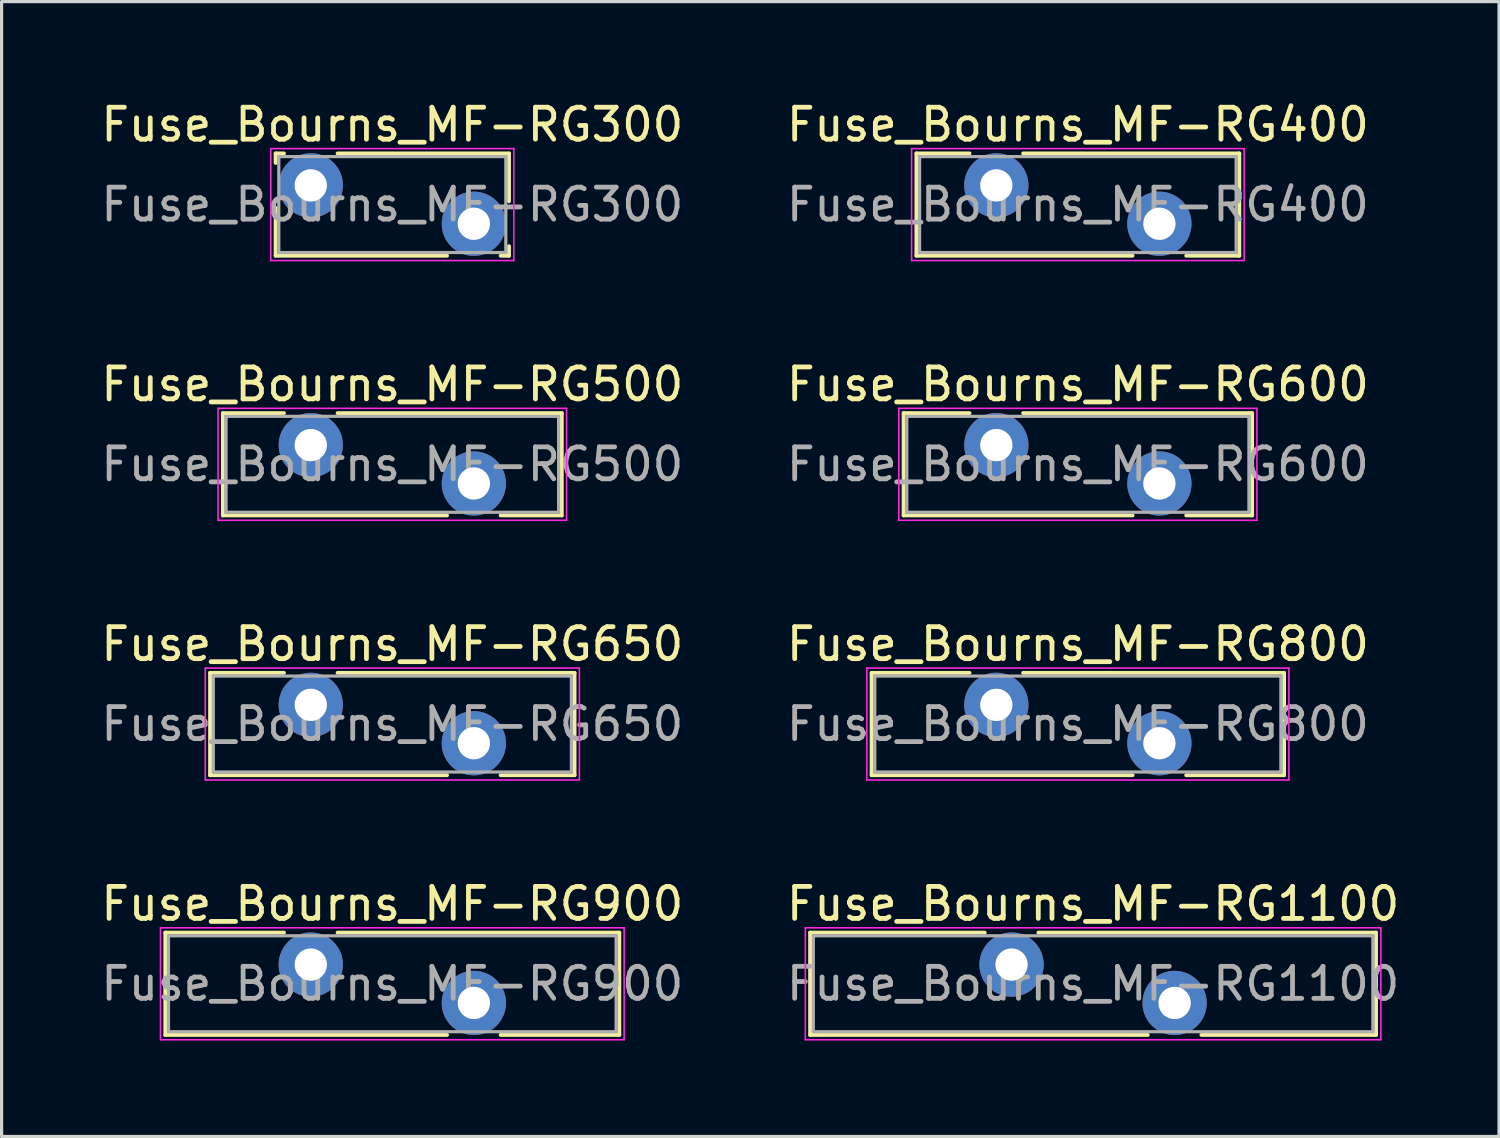
<source format=kicad_pcb>
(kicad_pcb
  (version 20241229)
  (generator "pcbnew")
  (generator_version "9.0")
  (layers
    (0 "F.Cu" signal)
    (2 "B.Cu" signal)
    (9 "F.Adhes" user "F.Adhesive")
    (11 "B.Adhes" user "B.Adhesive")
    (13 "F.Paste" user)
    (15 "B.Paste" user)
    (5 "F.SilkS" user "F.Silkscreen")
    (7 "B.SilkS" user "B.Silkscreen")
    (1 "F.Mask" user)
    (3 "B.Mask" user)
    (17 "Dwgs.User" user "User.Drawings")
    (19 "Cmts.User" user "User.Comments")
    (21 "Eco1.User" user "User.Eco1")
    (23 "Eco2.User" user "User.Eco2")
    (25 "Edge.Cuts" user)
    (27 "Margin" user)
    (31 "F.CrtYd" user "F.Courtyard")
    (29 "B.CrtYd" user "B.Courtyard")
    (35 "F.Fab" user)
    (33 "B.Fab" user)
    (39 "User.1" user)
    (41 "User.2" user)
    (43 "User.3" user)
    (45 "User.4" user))
  (footprint "Fuse_Bourns_MF-RG900"
    (layer "F.Cu")
    (at 6.67 27.118)
    (property "Reference" "Fuse_Bourns_MF-RG900" (at 2.55 -1.9 0) (layer "F.SilkS") (effects (font (size 1 1) (thickness 0.15))))
    (attr through_hole)
    (fp_line (start -4.55 -1) (end -4.55 2.2) (stroke (width 0.12) (type solid)) (layer "F.SilkS"))
    (fp_line (start -4.55 -1) (end -0.838 -1) (stroke (width 0.12) (type solid)) (layer "F.SilkS"))
    (fp_line (start -4.55 2.2) (end 4.262 2.2) (stroke (width 0.12) (type solid)) (layer "F.SilkS"))
    (fp_line (start 0.838 -1) (end 9.65 -1) (stroke (width 0.12) (type solid)) (layer "F.SilkS"))
    (fp_line (start 5.938 2.2) (end 9.65 2.2) (stroke (width 0.12) (type solid)) (layer "F.SilkS"))
    (fp_line (start 9.65 -1) (end 9.65 2.2) (stroke (width 0.12) (type solid)) (layer "F.SilkS"))
    (fp_line (start -4.7 -1.15) (end -4.7 2.35) (stroke (width 0.05) (type solid)) (layer "F.CrtYd"))
    (fp_line (start -4.7 2.35) (end 9.8 2.35) (stroke (width 0.05) (type solid)) (layer "F.CrtYd"))
    (fp_line (start 9.8 -1.15) (end -4.7 -1.15) (stroke (width 0.05) (type solid)) (layer "F.CrtYd"))
    (fp_line (start 9.8 2.35) (end 9.8 -1.15) (stroke (width 0.05) (type solid)) (layer "F.CrtYd"))
    (fp_line (start -4.45 -0.9) (end -4.45 2.1) (stroke (width 0.1) (type solid)) (layer "F.Fab"))
    (fp_line (start -4.45 2.1) (end 9.55 2.1) (stroke (width 0.1) (type solid)) (layer "F.Fab"))
    (fp_line (start 9.55 -0.9) (end -4.45 -0.9) (stroke (width 0.1) (type solid)) (layer "F.Fab"))
    (fp_line (start 9.55 2.1) (end 9.55 -0.9) (stroke (width 0.1) (type solid)) (layer "F.Fab"))
    (fp_text user "${REFERENCE}" (at 2.55 0.6 0) (layer "F.Fab") (effects (font (size 1 1) (thickness 0.15))))
    (pad "1" thru_hole circle (at 0 0) (size 2.01 2.01) (drill 1.01) (layers "*.Cu" "*.Mask"))
    (pad "2" thru_hole circle (at 5.1 1.2) (size 2.01 2.01) (drill 1.01) (layers "*.Cu" "*.Mask")))
  (footprint "Fuse_Bourns_MF-RG600"
    (layer "F.Cu")
    (at 28.111 10.871)
    (property "Reference" "Fuse_Bourns_MF-RG600" (at 2.55 -1.9 0) (layer "F.SilkS") (effects (font (size 1 1) (thickness 0.15))))
    (attr through_hole)
    (fp_line (start -2.9 -1) (end -2.9 2.2) (stroke (width 0.12) (type solid)) (layer "F.SilkS"))
    (fp_line (start -2.9 -1) (end -0.838 -1) (stroke (width 0.12) (type solid)) (layer "F.SilkS"))
    (fp_line (start -2.9 2.2) (end 4.262 2.2) (stroke (width 0.12) (type solid)) (layer "F.SilkS"))
    (fp_line (start 0.838 -1) (end 8 -1) (stroke (width 0.12) (type solid)) (layer "F.SilkS"))
    (fp_line (start 5.938 2.2) (end 8 2.2) (stroke (width 0.12) (type solid)) (layer "F.SilkS"))
    (fp_line (start 8 -1) (end 8 2.2) (stroke (width 0.12) (type solid)) (layer "F.SilkS"))
    (fp_line (start -3.05 -1.15) (end -3.05 2.35) (stroke (width 0.05) (type solid)) (layer "F.CrtYd"))
    (fp_line (start -3.05 2.35) (end 8.15 2.35) (stroke (width 0.05) (type solid)) (layer "F.CrtYd"))
    (fp_line (start 8.15 -1.15) (end -3.05 -1.15) (stroke (width 0.05) (type solid)) (layer "F.CrtYd"))
    (fp_line (start 8.15 2.35) (end 8.15 -1.15) (stroke (width 0.05) (type solid)) (layer "F.CrtYd"))
    (fp_line (start -2.8 -0.9) (end -2.8 2.1) (stroke (width 0.1) (type solid)) (layer "F.Fab"))
    (fp_line (start -2.8 2.1) (end 7.9 2.1) (stroke (width 0.1) (type solid)) (layer "F.Fab"))
    (fp_line (start 7.9 -0.9) (end -2.8 -0.9) (stroke (width 0.1) (type solid)) (layer "F.Fab"))
    (fp_line (start 7.9 2.1) (end 7.9 -0.9) (stroke (width 0.1) (type solid)) (layer "F.Fab"))
    (fp_text user "${REFERENCE}" (at 2.55 0.6 0) (layer "F.Fab") (effects (font (size 1 1) (thickness 0.15))))
    (pad "1" thru_hole circle (at 0 0) (size 2.01 2.01) (drill 1.01) (layers "*.Cu" "*.Mask"))
    (pad "2" thru_hole circle (at 5.1 1.2) (size 2.01 2.01) (drill 1.01) (layers "*.Cu" "*.Mask")))
  (footprint "Fuse_Bourns_MF-RG1100"
    (layer "F.Cu")
    (at 28.587 27.118)
    (property "Reference" "Fuse_Bourns_MF-RG1100" (at 2.55 -1.9 0) (layer "F.SilkS") (effects (font (size 1 1) (thickness 0.15))))
    (attr through_hole)
    (fp_line (start -6.3 -1) (end -6.3 2.2) (stroke (width 0.12) (type solid)) (layer "F.SilkS"))
    (fp_line (start -6.3 -1) (end -0.838 -1) (stroke (width 0.12) (type solid)) (layer "F.SilkS"))
    (fp_line (start -6.3 2.2) (end 4.262 2.2) (stroke (width 0.12) (type solid)) (layer "F.SilkS"))
    (fp_line (start 0.838 -1) (end 11.4 -1) (stroke (width 0.12) (type solid)) (layer "F.SilkS"))
    (fp_line (start 5.938 2.2) (end 11.4 2.2) (stroke (width 0.12) (type solid)) (layer "F.SilkS"))
    (fp_line (start 11.4 -1) (end 11.4 2.2) (stroke (width 0.12) (type solid)) (layer "F.SilkS"))
    (fp_line (start -6.45 -1.15) (end -6.45 2.35) (stroke (width 0.05) (type solid)) (layer "F.CrtYd"))
    (fp_line (start -6.45 2.35) (end 11.55 2.35) (stroke (width 0.05) (type solid)) (layer "F.CrtYd"))
    (fp_line (start 11.55 -1.15) (end -6.45 -1.15) (stroke (width 0.05) (type solid)) (layer "F.CrtYd"))
    (fp_line (start 11.55 2.35) (end 11.55 -1.15) (stroke (width 0.05) (type solid)) (layer "F.CrtYd"))
    (fp_line (start -6.2 -0.9) (end -6.2 2.1) (stroke (width 0.1) (type solid)) (layer "F.Fab"))
    (fp_line (start -6.2 2.1) (end 11.3 2.1) (stroke (width 0.1) (type solid)) (layer "F.Fab"))
    (fp_line (start 11.3 -0.9) (end -6.2 -0.9) (stroke (width 0.1) (type solid)) (layer "F.Fab"))
    (fp_line (start 11.3 2.1) (end 11.3 -0.9) (stroke (width 0.1) (type solid)) (layer "F.Fab"))
    (fp_text user "${REFERENCE}" (at 2.55 0.6 0) (layer "F.Fab") (effects (font (size 1 1) (thickness 0.15))))
    (pad "1" thru_hole circle (at 0 0) (size 2.01 2.01) (drill 1.01) (layers "*.Cu" "*.Mask"))
    (pad "2" thru_hole circle (at 5.1 1.2) (size 2.01 2.01) (drill 1.01) (layers "*.Cu" "*.Mask")))
  (footprint "Fuse_Bourns_MF-RG300"
    (layer "F.Cu")
    (at 6.67 2.748)
    (property "Reference" "Fuse_Bourns_MF-RG300" (at 2.55 -1.9 0) (layer "F.SilkS") (effects (font (size 1 1) (thickness 0.15))))
    (attr through_hole)
    (fp_line (start -1.1 -1) (end -1.1 -0.702) (stroke (width 0.12) (type solid)) (layer "F.SilkS"))
    (fp_line (start -1.1 -1) (end -0.838 -1) (stroke (width 0.12) (type solid)) (layer "F.SilkS"))
    (fp_line (start -1.1 0.702) (end -1.1 2.2) (stroke (width 0.12) (type solid)) (layer "F.SilkS"))
    (fp_line (start -1.1 2.2) (end 4.262 2.2) (stroke (width 0.12) (type solid)) (layer "F.SilkS"))
    (fp_line (start 0.838 -1) (end 6.2 -1) (stroke (width 0.12) (type solid)) (layer "F.SilkS"))
    (fp_line (start 5.938 2.2) (end 6.2 2.2) (stroke (width 0.12) (type solid)) (layer "F.SilkS"))
    (fp_line (start 6.2 -1) (end 6.2 0.498) (stroke (width 0.12) (type solid)) (layer "F.SilkS"))
    (fp_line (start 6.2 1.902) (end 6.2 2.2) (stroke (width 0.12) (type solid)) (layer "F.SilkS"))
    (fp_line (start -1.25 -1.15) (end -1.25 2.35) (stroke (width 0.05) (type solid)) (layer "F.CrtYd"))
    (fp_line (start -1.25 2.35) (end 6.35 2.35) (stroke (width 0.05) (type solid)) (layer "F.CrtYd"))
    (fp_line (start 6.35 -1.15) (end -1.25 -1.15) (stroke (width 0.05) (type solid)) (layer "F.CrtYd"))
    (fp_line (start 6.35 2.35) (end 6.35 -1.15) (stroke (width 0.05) (type solid)) (layer "F.CrtYd"))
    (fp_line (start -1 -0.9) (end -1 2.1) (stroke (width 0.1) (type solid)) (layer "F.Fab"))
    (fp_line (start -1 2.1) (end 6.1 2.1) (stroke (width 0.1) (type solid)) (layer "F.Fab"))
    (fp_line (start 6.1 -0.9) (end -1 -0.9) (stroke (width 0.1) (type solid)) (layer "F.Fab"))
    (fp_line (start 6.1 2.1) (end 6.1 -0.9) (stroke (width 0.1) (type solid)) (layer "F.Fab"))
    (fp_text user "${REFERENCE}" (at 2.55 0.6 0) (layer "F.Fab") (effects (font (size 1 1) (thickness 0.15))))
    (pad "1" thru_hole circle (at 0 0) (size 2.01 2.01) (drill 1.01) (layers "*.Cu" "*.Mask"))
    (pad "2" thru_hole circle (at 5.1 1.2) (size 2.01 2.01) (drill 1.01) (layers "*.Cu" "*.Mask")))
  (footprint "Fuse_Bourns_MF-RG800"
    (layer "F.Cu")
    (at 28.111 18.995)
    (property "Reference" "Fuse_Bourns_MF-RG800" (at 2.55 -1.9 0) (layer "F.SilkS") (effects (font (size 1 1) (thickness 0.15))))
    (attr through_hole)
    (fp_line (start -3.9 -1) (end -3.9 2.2) (stroke (width 0.12) (type solid)) (layer "F.SilkS"))
    (fp_line (start -3.9 -1) (end -0.838 -1) (stroke (width 0.12) (type solid)) (layer "F.SilkS"))
    (fp_line (start -3.9 2.2) (end 4.262 2.2) (stroke (width 0.12) (type solid)) (layer "F.SilkS"))
    (fp_line (start 0.838 -1) (end 9 -1) (stroke (width 0.12) (type solid)) (layer "F.SilkS"))
    (fp_line (start 5.938 2.2) (end 9 2.2) (stroke (width 0.12) (type solid)) (layer "F.SilkS"))
    (fp_line (start 9 -1) (end 9 2.2) (stroke (width 0.12) (type solid)) (layer "F.SilkS"))
    (fp_line (start -4.05 -1.15) (end -4.05 2.35) (stroke (width 0.05) (type solid)) (layer "F.CrtYd"))
    (fp_line (start -4.05 2.35) (end 9.15 2.35) (stroke (width 0.05) (type solid)) (layer "F.CrtYd"))
    (fp_line (start 9.15 -1.15) (end -4.05 -1.15) (stroke (width 0.05) (type solid)) (layer "F.CrtYd"))
    (fp_line (start 9.15 2.35) (end 9.15 -1.15) (stroke (width 0.05) (type solid)) (layer "F.CrtYd"))
    (fp_line (start -3.8 -0.9) (end -3.8 2.1) (stroke (width 0.1) (type solid)) (layer "F.Fab"))
    (fp_line (start -3.8 2.1) (end 8.9 2.1) (stroke (width 0.1) (type solid)) (layer "F.Fab"))
    (fp_line (start 8.9 -0.9) (end -3.8 -0.9) (stroke (width 0.1) (type solid)) (layer "F.Fab"))
    (fp_line (start 8.9 2.1) (end 8.9 -0.9) (stroke (width 0.1) (type solid)) (layer "F.Fab"))
    (fp_text user "${REFERENCE}" (at 2.55 0.6 0) (layer "F.Fab") (effects (font (size 1 1) (thickness 0.15))))
    (pad "1" thru_hole circle (at 0 0) (size 2.01 2.01) (drill 1.01) (layers "*.Cu" "*.Mask"))
    (pad "2" thru_hole circle (at 5.1 1.2) (size 2.01 2.01) (drill 1.01) (layers "*.Cu" "*.Mask")))
  (footprint "Fuse_Bourns_MF-RG500"
    (layer "F.Cu")
    (at 6.67 10.871)
    (property "Reference" "Fuse_Bourns_MF-RG500" (at 2.55 -1.9 0) (layer "F.SilkS") (effects (font (size 1 1) (thickness 0.15))))
    (attr through_hole)
    (fp_line (start -2.75 -1) (end -2.75 2.2) (stroke (width 0.12) (type solid)) (layer "F.SilkS"))
    (fp_line (start -2.75 -1) (end -0.838 -1) (stroke (width 0.12) (type solid)) (layer "F.SilkS"))
    (fp_line (start -2.75 2.2) (end 4.262 2.2) (stroke (width 0.12) (type solid)) (layer "F.SilkS"))
    (fp_line (start 0.838 -1) (end 7.85 -1) (stroke (width 0.12) (type solid)) (layer "F.SilkS"))
    (fp_line (start 5.938 2.2) (end 7.85 2.2) (stroke (width 0.12) (type solid)) (layer "F.SilkS"))
    (fp_line (start 7.85 -1) (end 7.85 2.2) (stroke (width 0.12) (type solid)) (layer "F.SilkS"))
    (fp_line (start -2.9 -1.15) (end -2.9 2.35) (stroke (width 0.05) (type solid)) (layer "F.CrtYd"))
    (fp_line (start -2.9 2.35) (end 8 2.35) (stroke (width 0.05) (type solid)) (layer "F.CrtYd"))
    (fp_line (start 8 -1.15) (end -2.9 -1.15) (stroke (width 0.05) (type solid)) (layer "F.CrtYd"))
    (fp_line (start 8 2.35) (end 8 -1.15) (stroke (width 0.05) (type solid)) (layer "F.CrtYd"))
    (fp_line (start -2.65 -0.9) (end -2.65 2.1) (stroke (width 0.1) (type solid)) (layer "F.Fab"))
    (fp_line (start -2.65 2.1) (end 7.75 2.1) (stroke (width 0.1) (type solid)) (layer "F.Fab"))
    (fp_line (start 7.75 -0.9) (end -2.65 -0.9) (stroke (width 0.1) (type solid)) (layer "F.Fab"))
    (fp_line (start 7.75 2.1) (end 7.75 -0.9) (stroke (width 0.1) (type solid)) (layer "F.Fab"))
    (fp_text user "${REFERENCE}" (at 2.55 0.6 0) (layer "F.Fab") (effects (font (size 1 1) (thickness 0.15))))
    (pad "1" thru_hole circle (at 0 0) (size 2.01 2.01) (drill 1.01) (layers "*.Cu" "*.Mask"))
    (pad "2" thru_hole circle (at 5.1 1.2) (size 2.01 2.01) (drill 1.01) (layers "*.Cu" "*.Mask")))
  (footprint "Fuse_Bourns_MF-RG650"
    (layer "F.Cu")
    (at 6.67 18.995)
    (property "Reference" "Fuse_Bourns_MF-RG650" (at 2.55 -1.9 0) (layer "F.SilkS") (effects (font (size 1 1) (thickness 0.15))))
    (attr through_hole)
    (fp_line (start -3.15 -1) (end -3.15 2.2) (stroke (width 0.12) (type solid)) (layer "F.SilkS"))
    (fp_line (start -3.15 -1) (end -0.838 -1) (stroke (width 0.12) (type solid)) (layer "F.SilkS"))
    (fp_line (start -3.15 2.2) (end 4.262 2.2) (stroke (width 0.12) (type solid)) (layer "F.SilkS"))
    (fp_line (start 0.838 -1) (end 8.25 -1) (stroke (width 0.12) (type solid)) (layer "F.SilkS"))
    (fp_line (start 5.938 2.2) (end 8.25 2.2) (stroke (width 0.12) (type solid)) (layer "F.SilkS"))
    (fp_line (start 8.25 -1) (end 8.25 2.2) (stroke (width 0.12) (type solid)) (layer "F.SilkS"))
    (fp_line (start -3.3 -1.15) (end -3.3 2.35) (stroke (width 0.05) (type solid)) (layer "F.CrtYd"))
    (fp_line (start -3.3 2.35) (end 8.4 2.35) (stroke (width 0.05) (type solid)) (layer "F.CrtYd"))
    (fp_line (start 8.4 -1.15) (end -3.3 -1.15) (stroke (width 0.05) (type solid)) (layer "F.CrtYd"))
    (fp_line (start 8.4 2.35) (end 8.4 -1.15) (stroke (width 0.05) (type solid)) (layer "F.CrtYd"))
    (fp_line (start -3.05 -0.9) (end -3.05 2.1) (stroke (width 0.1) (type solid)) (layer "F.Fab"))
    (fp_line (start -3.05 2.1) (end 8.15 2.1) (stroke (width 0.1) (type solid)) (layer "F.Fab"))
    (fp_line (start 8.15 -0.9) (end -3.05 -0.9) (stroke (width 0.1) (type solid)) (layer "F.Fab"))
    (fp_line (start 8.15 2.1) (end 8.15 -0.9) (stroke (width 0.1) (type solid)) (layer "F.Fab"))
    (fp_text user "${REFERENCE}" (at 2.55 0.6 0) (layer "F.Fab") (effects (font (size 1 1) (thickness 0.15))))
    (pad "1" thru_hole circle (at 0 0) (size 2.01 2.01) (drill 1.01) (layers "*.Cu" "*.Mask"))
    (pad "2" thru_hole circle (at 5.1 1.2) (size 2.01 2.01) (drill 1.01) (layers "*.Cu" "*.Mask")))
  (footprint "Fuse_Bourns_MF-RG400"
    (layer "F.Cu")
    (at 28.111 2.748)
    (property "Reference" "Fuse_Bourns_MF-RG400" (at 2.55 -1.9 0) (layer "F.SilkS") (effects (font (size 1 1) (thickness 0.15))))
    (attr through_hole)
    (fp_line (start -2.5 -1) (end -2.5 2.2) (stroke (width 0.12) (type solid)) (layer "F.SilkS"))
    (fp_line (start -2.5 -1) (end -0.838 -1) (stroke (width 0.12) (type solid)) (layer "F.SilkS"))
    (fp_line (start -2.5 2.2) (end 4.262 2.2) (stroke (width 0.12) (type solid)) (layer "F.SilkS"))
    (fp_line (start 0.838 -1) (end 7.6 -1) (stroke (width 0.12) (type solid)) (layer "F.SilkS"))
    (fp_line (start 5.938 2.2) (end 7.6 2.2) (stroke (width 0.12) (type solid)) (layer "F.SilkS"))
    (fp_line (start 7.6 -1) (end 7.6 2.2) (stroke (width 0.12) (type solid)) (layer "F.SilkS"))
    (fp_line (start -2.65 -1.15) (end -2.65 2.35) (stroke (width 0.05) (type solid)) (layer "F.CrtYd"))
    (fp_line (start -2.65 2.35) (end 7.75 2.35) (stroke (width 0.05) (type solid)) (layer "F.CrtYd"))
    (fp_line (start 7.75 -1.15) (end -2.65 -1.15) (stroke (width 0.05) (type solid)) (layer "F.CrtYd"))
    (fp_line (start 7.75 2.35) (end 7.75 -1.15) (stroke (width 0.05) (type solid)) (layer "F.CrtYd"))
    (fp_line (start -2.4 -0.9) (end -2.4 2.1) (stroke (width 0.1) (type solid)) (layer "F.Fab"))
    (fp_line (start -2.4 2.1) (end 7.5 2.1) (stroke (width 0.1) (type solid)) (layer "F.Fab"))
    (fp_line (start 7.5 -0.9) (end -2.4 -0.9) (stroke (width 0.1) (type solid)) (layer "F.Fab"))
    (fp_line (start 7.5 2.1) (end 7.5 -0.9) (stroke (width 0.1) (type solid)) (layer "F.Fab"))
    (fp_text user "${REFERENCE}" (at 2.55 0.6 0) (layer "F.Fab") (effects (font (size 1 1) (thickness 0.15))))
    (pad "1" thru_hole circle (at 0 0) (size 2.01 2.01) (drill 1.01) (layers "*.Cu" "*.Mask"))
    (pad "2" thru_hole circle (at 5.1 1.2) (size 2.01 2.01) (drill 1.01) (layers "*.Cu" "*.Mask")))
  (gr_rect
    (start -3 -3)
    (end 43.833 32.493)
    (stroke (width 0.1) (type default))
    (fill no)
    (layer "Edge.Cuts")))
</source>
